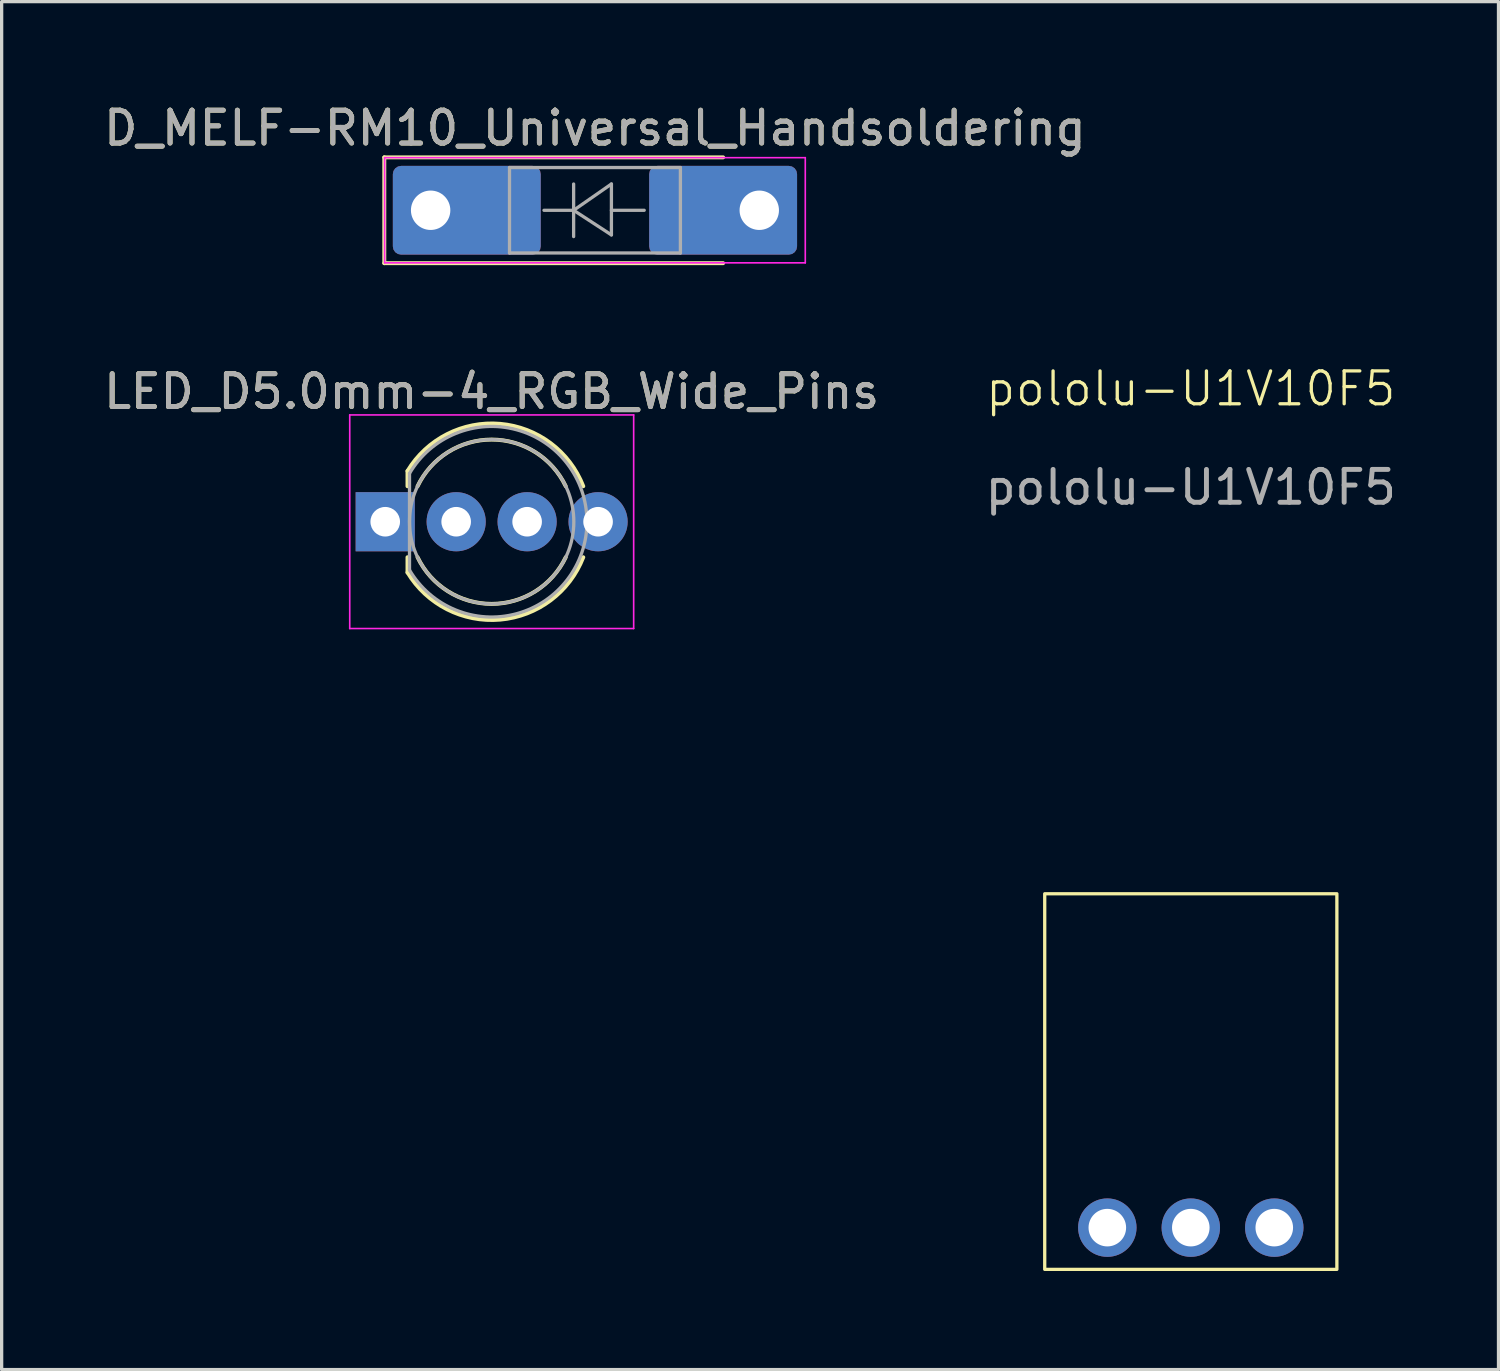
<source format=kicad_pcb>
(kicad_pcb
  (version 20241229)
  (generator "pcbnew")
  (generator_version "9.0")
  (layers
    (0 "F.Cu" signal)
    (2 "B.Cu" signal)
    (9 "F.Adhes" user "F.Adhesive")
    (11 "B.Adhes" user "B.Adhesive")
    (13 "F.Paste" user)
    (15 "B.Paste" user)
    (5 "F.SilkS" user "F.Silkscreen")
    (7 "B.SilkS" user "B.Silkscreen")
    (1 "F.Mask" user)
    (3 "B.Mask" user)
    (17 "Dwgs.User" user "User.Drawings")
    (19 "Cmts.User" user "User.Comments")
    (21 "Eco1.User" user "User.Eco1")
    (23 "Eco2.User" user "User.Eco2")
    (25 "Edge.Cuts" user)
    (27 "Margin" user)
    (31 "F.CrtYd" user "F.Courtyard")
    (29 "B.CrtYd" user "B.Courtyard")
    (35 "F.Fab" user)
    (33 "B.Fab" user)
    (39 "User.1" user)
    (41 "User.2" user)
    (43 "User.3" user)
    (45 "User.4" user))
  (footprint "D_MELF-RM10_Universal_Handsoldering"
    (layer "F.Cu")
    (at 15.054 3.348)
    (property "Reference" "D_MELF-RM10_Universal_Handsoldering" (at 0 -2.5 0) (layer "F.SilkS") (effects (font (size 1 1) (thickness 0.15))))
    (attr through_hole)
    (fp_line (start -6.41 -1.61) (end -6.41 1.61) (stroke (width 0.12) (type solid)) (layer "F.SilkS"))
    (fp_line (start -6.41 1.61) (end 3.9 1.61) (stroke (width 0.12) (type solid)) (layer "F.SilkS"))
    (fp_line (start 3.9 -1.61) (end -6.41 -1.61) (stroke (width 0.12) (type solid)) (layer "F.SilkS"))
    (fp_line (start -6.4 -1.6) (end 6.4 -1.6) (stroke (width 0.05) (type solid)) (layer "F.CrtYd"))
    (fp_line (start -6.4 1.6) (end -6.4 -1.6) (stroke (width 0.05) (type solid)) (layer "F.CrtYd"))
    (fp_line (start 6.4 -1.6) (end 6.4 1.6) (stroke (width 0.05) (type solid)) (layer "F.CrtYd"))
    (fp_line (start 6.4 1.6) (end -6.4 1.6) (stroke (width 0.05) (type solid)) (layer "F.CrtYd"))
    (fp_line (start -2.6 -1.3) (end -2.6 1.3) (stroke (width 0.1) (type solid)) (layer "F.Fab"))
    (fp_line (start -2.6 1.3) (end 2.6 1.3) (stroke (width 0.1) (type solid)) (layer "F.Fab"))
    (fp_line (start -0.649 -0.799) (end -0.649 0.801) (stroke (width 0.1) (type solid)) (layer "F.Fab"))
    (fp_line (start -0.649 0.001) (end -1.551 0.001) (stroke (width 0.1) (type solid)) (layer "F.Fab"))
    (fp_line (start -0.649 0.001) (end 0.501 -0.799) (stroke (width 0.1) (type solid)) (layer "F.Fab"))
    (fp_line (start -0.649 0.001) (end 0.501 0.75) (stroke (width 0.1) (type solid)) (layer "F.Fab"))
    (fp_line (start 0.501 0.001) (end 1.499 0.001) (stroke (width 0.1) (type solid)) (layer "F.Fab"))
    (fp_line (start 0.501 0.75) (end 0.501 -0.799) (stroke (width 0.1) (type solid)) (layer "F.Fab"))
    (fp_line (start 2.6 -1.3) (end -2.6 -1.3) (stroke (width 0.1) (type solid)) (layer "F.Fab"))
    (fp_line (start 2.6 1.3) (end 2.6 -1.3) (stroke (width 0.1) (type solid)) (layer "F.Fab"))
    (fp_text user "${REFERENCE}" (at 0 -2.5 0) (layer "F.Fab") (effects (font (size 1 1) (thickness 0.15))))
    (pad "1" thru_hole roundrect (at -5 0) (size 4.5 2.7) (drill 1.199 (offset 1.1 0)) (layers "*.Cu" "*.Mask") (roundrect_rratio 0.093))
    (pad "2" thru_hole roundrect (at 5 0 180) (size 4.5 2.7) (drill 1.199 (offset 1.1 0)) (layers "*.Cu" "*.Mask") (roundrect_rratio 0.093)))
  (footprint "pololu-U1V10F5"
    (layer "F.Cu")
    (at 33.185 29.861)
    (property "Reference" "pololu-U1V10F5" (at 0 -21.082 0) (unlocked yes) (layer "F.SilkS") (effects (font (size 1 1) (thickness 0.1))))
    (attr through_hole)
    (fp_rect (start -4.445 -5.715) (end 4.445 5.715) (stroke (width 0.1) (type default)) (fill no) (layer "F.SilkS"))
    (fp_text user "${REFERENCE}" (at 0 -18.082 0) (unlocked yes) (layer "F.Fab") (effects (font (size 1 1) (thickness 0.15))))
    (pad "1" thru_hole circle (at -2.54 4.445) (size 1.778 1.778) (drill 1.143) (layers "*.Cu" "*.Mask"))
    (pad "2" thru_hole circle (at 0 4.445) (size 1.778 1.778) (drill 1.143) (layers "*.Cu" "*.Mask"))
    (pad "3" thru_hole circle (at 2.54 4.445) (size 1.778 1.778) (drill 1.143) (layers "*.Cu" "*.Mask")))
  (footprint "LED_D5.0mm-4_RGB_Wide_Pins"
    (layer "F.Cu")
    (at 8.672 12.826)
    (property "Reference" "LED_D5.0mm-4_RGB_Wide_Pins" (at 3.239 -3.96 0) (layer "F.SilkS") (effects (font (size 1 1) (thickness 0.15))))
    (attr through_hole)
    (fp_line (start 0.678 -1.545) (end 0.678 -1.08) (stroke (width 0.12) (type solid)) (layer "F.SilkS"))
    (fp_line (start 0.678 1.08) (end 0.678 1.545) (stroke (width 0.12) (type solid)) (layer "F.SilkS"))
    (fp_arc (start 0.6785 -1.54483) (mid 3.496956 -2.978809) (end 6.026315 -1.080827) (stroke (width 0.12) (type solid)) (layer "F.SilkS"))
    (fp_arc (start 0.983816 -1.08) (mid 3.238262 -2.5) (end 5.492979 -1.080429) (stroke (width 0.12) (type solid)) (layer "F.SilkS"))
    (fp_arc (start 5.492979 1.080429) (mid 3.238262 2.5) (end 0.983816 1.08) (stroke (width 0.12) (type solid)) (layer "F.SilkS"))
    (fp_arc (start 6.026315 1.080827) (mid 3.496956 2.978808) (end 0.6785 1.54483) (stroke (width 0.12) (type solid)) (layer "F.SilkS"))
    (fp_line (start -1.08 -3.25) (end -1.08 3.25) (stroke (width 0.05) (type solid)) (layer "F.CrtYd"))
    (fp_line (start -1.08 3.25) (end 7.56 3.25) (stroke (width 0.05) (type solid)) (layer "F.CrtYd"))
    (fp_line (start 7.56 -3.25) (end -1.08 -3.25) (stroke (width 0.05) (type solid)) (layer "F.CrtYd"))
    (fp_line (start 7.56 3.25) (end 7.56 -3.25) (stroke (width 0.05) (type solid)) (layer "F.CrtYd"))
    (fp_line (start 0.739 -1.47) (end 0.739 1.47) (stroke (width 0.1) (type solid)) (layer "F.Fab"))
    (fp_arc (start 0.7385 -1.469694) (mid 6.1385 0.000016) (end 0.738484 1.469666) (stroke (width 0.1) (type solid)) (layer "F.Fab"))
    (fp_circle (center 3.239 0) (end 5.739 0) (stroke (width 0.1) (type solid)) (fill no) (layer "F.Fab"))
    (fp_text user "${REFERENCE}" (at 3.239 -3.96 0) (layer "F.Fab") (effects (font (size 1 1) (thickness 0.15))))
    (pad "1" thru_hole rect (at 0 0) (size 1.8 1.8) (drill 0.9) (layers "*.Cu" "*.Mask"))
    (pad "2" thru_hole circle (at 2.159 0) (size 1.8 1.8) (drill 0.9) (layers "*.Cu" "*.Mask"))
    (pad "3" thru_hole circle (at 4.318 0) (size 1.8 1.8) (drill 0.9) (layers "*.Cu" "*.Mask"))
    (pad "4" thru_hole circle (at 6.477 0) (size 1.8 1.8) (drill 0.9) (layers "*.Cu" "*.Mask")))
  (gr_rect
    (start -3 -3)
    (end 42.548 38.626)
    (stroke (width 0.1) (type default))
    (fill no)
    (layer "Edge.Cuts")))
</source>
